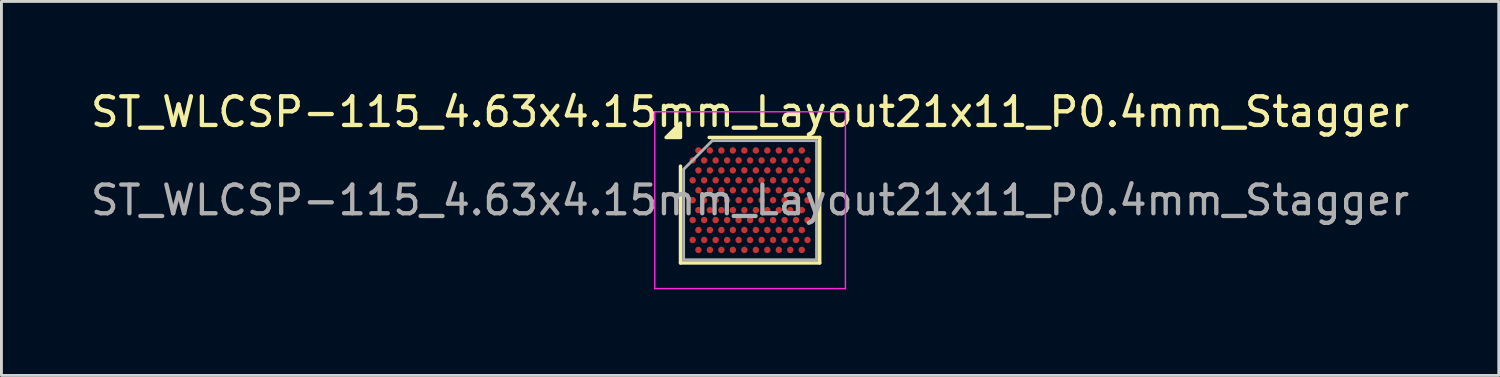
<source format=kicad_pcb>
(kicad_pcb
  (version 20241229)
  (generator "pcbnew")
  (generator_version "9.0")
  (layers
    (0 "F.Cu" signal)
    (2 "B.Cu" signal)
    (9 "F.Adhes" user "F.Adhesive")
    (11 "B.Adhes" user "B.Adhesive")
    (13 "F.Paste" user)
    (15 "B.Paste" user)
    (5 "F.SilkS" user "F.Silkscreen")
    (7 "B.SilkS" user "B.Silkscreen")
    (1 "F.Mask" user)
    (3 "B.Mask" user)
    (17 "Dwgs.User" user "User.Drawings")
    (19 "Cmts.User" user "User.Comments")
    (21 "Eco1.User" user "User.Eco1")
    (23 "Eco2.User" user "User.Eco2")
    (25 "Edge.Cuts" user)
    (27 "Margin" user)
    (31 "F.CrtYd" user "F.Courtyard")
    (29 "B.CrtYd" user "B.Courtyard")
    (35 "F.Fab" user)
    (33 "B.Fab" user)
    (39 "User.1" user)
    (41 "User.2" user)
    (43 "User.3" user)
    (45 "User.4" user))
  (footprint "ST_WLCSP-115_4.63x4.15mm_Layout21x11_P0.4mm_Stagger"
    (layer "F.Cu")
    (at 23.077 3.923)
    (property "Reference" "ST_WLCSP-115_4.63x4.15mm_Layout21x11_P0.4mm_Stagger" (at 0 -3.075 0) (layer "F.SilkS") (effects (font (size 1 1) (thickness 0.15))))
    (attr smd)
    (fp_line (start -2.425 2.185) (end -2.425 -1.185) (stroke (width 0.12) (type solid)) (layer "F.SilkS"))
    (fp_line (start -1.425 -2.185) (end 2.425 -2.185) (stroke (width 0.12) (type solid)) (layer "F.SilkS"))
    (fp_line (start 2.425 -2.185) (end 2.425 2.185) (stroke (width 0.12) (type solid)) (layer "F.SilkS"))
    (fp_line (start 2.425 2.185) (end -2.425 2.185) (stroke (width 0.12) (type solid)) (layer "F.SilkS"))
    (fp_poly (pts (xy -2.425 -2.185) (xy -2.925 -2.185) (xy -2.425 -2.685) (xy -2.425 -2.185)) (stroke (width 0.12) (type solid)) (fill yes) (layer "F.SilkS"))
    (fp_line (start -3.32 -3.08) (end -3.32 3.08) (stroke (width 0.05) (type solid)) (layer "F.CrtYd"))
    (fp_line (start -3.32 3.08) (end 3.32 3.08) (stroke (width 0.05) (type solid)) (layer "F.CrtYd"))
    (fp_line (start 3.32 -3.08) (end -3.32 -3.08) (stroke (width 0.05) (type solid)) (layer "F.CrtYd"))
    (fp_line (start 3.32 3.08) (end 3.32 -3.08) (stroke (width 0.05) (type solid)) (layer "F.CrtYd"))
    (fp_line (start -2.315 -1.075) (end -1.315 -2.075) (stroke (width 0.1) (type solid)) (layer "F.Fab"))
    (fp_line (start -2.315 2.075) (end -2.315 -1.075) (stroke (width 0.1) (type solid)) (layer "F.Fab"))
    (fp_line (start -1.315 -2.075) (end 2.315 -2.075) (stroke (width 0.1) (type solid)) (layer "F.Fab"))
    (fp_line (start 2.315 -2.075) (end 2.315 2.075) (stroke (width 0.1) (type solid)) (layer "F.Fab"))
    (fp_line (start 2.315 2.075) (end -2.315 2.075) (stroke (width 0.1) (type solid)) (layer "F.Fab"))
    (fp_text user "${REFERENCE}" (at 0 0 0) (layer "F.Fab") (effects (font (size 1 1) (thickness 0.15))))
    (pad "A2" smd circle (at -1.8 -1.732) (size 0.225 0.225) (property pad_prop_bga) (layers "F.Cu" "F.Mask" "F.Paste"))
    (pad "A4" smd circle (at -1.4 -1.732) (size 0.225 0.225) (property pad_prop_bga) (layers "F.Cu" "F.Mask" "F.Paste"))
    (pad "A6" smd circle (at -1 -1.732) (size 0.225 0.225) (property pad_prop_bga) (layers "F.Cu" "F.Mask" "F.Paste"))
    (pad "A8" smd circle (at -0.6 -1.732) (size 0.225 0.225) (property pad_prop_bga) (layers "F.Cu" "F.Mask" "F.Paste"))
    (pad "A10" smd circle (at -0.2 -1.732) (size 0.225 0.225) (property pad_prop_bga) (layers "F.Cu" "F.Mask" "F.Paste"))
    (pad "A12" smd circle (at 0.2 -1.732) (size 0.225 0.225) (property pad_prop_bga) (layers "F.Cu" "F.Mask" "F.Paste"))
    (pad "A14" smd circle (at 0.6 -1.732) (size 0.225 0.225) (property pad_prop_bga) (layers "F.Cu" "F.Mask" "F.Paste"))
    (pad "A16" smd circle (at 1 -1.732) (size 0.225 0.225) (property pad_prop_bga) (layers "F.Cu" "F.Mask" "F.Paste"))
    (pad "A18" smd circle (at 1.4 -1.732) (size 0.225 0.225) (property pad_prop_bga) (layers "F.Cu" "F.Mask" "F.Paste"))
    (pad "A20" smd circle (at 1.8 -1.732) (size 0.225 0.225) (property pad_prop_bga) (layers "F.Cu" "F.Mask" "F.Paste"))
    (pad "B1" smd circle (at -2 -1.386) (size 0.225 0.225) (property pad_prop_bga) (layers "F.Cu" "F.Mask" "F.Paste"))
    (pad "B3" smd circle (at -1.6 -1.386) (size 0.225 0.225) (property pad_prop_bga) (layers "F.Cu" "F.Mask" "F.Paste"))
    (pad "B5" smd circle (at -1.2 -1.386) (size 0.225 0.225) (property pad_prop_bga) (layers "F.Cu" "F.Mask" "F.Paste"))
    (pad "B7" smd circle (at -0.8 -1.386) (size 0.225 0.225) (property pad_prop_bga) (layers "F.Cu" "F.Mask" "F.Paste"))
    (pad "B9" smd circle (at -0.4 -1.386) (size 0.225 0.225) (property pad_prop_bga) (layers "F.Cu" "F.Mask" "F.Paste"))
    (pad "B11" smd circle (at 0 -1.386) (size 0.225 0.225) (property pad_prop_bga) (layers "F.Cu" "F.Mask" "F.Paste"))
    (pad "B13" smd circle (at 0.4 -1.386) (size 0.225 0.225) (property pad_prop_bga) (layers "F.Cu" "F.Mask" "F.Paste"))
    (pad "B15" smd circle (at 0.8 -1.386) (size 0.225 0.225) (property pad_prop_bga) (layers "F.Cu" "F.Mask" "F.Paste"))
    (pad "B17" smd circle (at 1.2 -1.386) (size 0.225 0.225) (property pad_prop_bga) (layers "F.Cu" "F.Mask" "F.Paste"))
    (pad "B19" smd circle (at 1.6 -1.386) (size 0.225 0.225) (property pad_prop_bga) (layers "F.Cu" "F.Mask" "F.Paste"))
    (pad "B21" smd circle (at 2 -1.386) (size 0.225 0.225) (property pad_prop_bga) (layers "F.Cu" "F.Mask" "F.Paste"))
    (pad "C2" smd circle (at -1.8 -1.039) (size 0.225 0.225) (property pad_prop_bga) (layers "F.Cu" "F.Mask" "F.Paste"))
    (pad "C4" smd circle (at -1.4 -1.039) (size 0.225 0.225) (property pad_prop_bga) (layers "F.Cu" "F.Mask" "F.Paste"))
    (pad "C6" smd circle (at -1 -1.039) (size 0.225 0.225) (property pad_prop_bga) (layers "F.Cu" "F.Mask" "F.Paste"))
    (pad "C8" smd circle (at -0.6 -1.039) (size 0.225 0.225) (property pad_prop_bga) (layers "F.Cu" "F.Mask" "F.Paste"))
    (pad "C10" smd circle (at -0.2 -1.039) (size 0.225 0.225) (property pad_prop_bga) (layers "F.Cu" "F.Mask" "F.Paste"))
    (pad "C12" smd circle (at 0.2 -1.039) (size 0.225 0.225) (property pad_prop_bga) (layers "F.Cu" "F.Mask" "F.Paste"))
    (pad "C14" smd circle (at 0.6 -1.039) (size 0.225 0.225) (property pad_prop_bga) (layers "F.Cu" "F.Mask" "F.Paste"))
    (pad "C16" smd circle (at 1 -1.039) (size 0.225 0.225) (property pad_prop_bga) (layers "F.Cu" "F.Mask" "F.Paste"))
    (pad "C18" smd circle (at 1.4 -1.039) (size 0.225 0.225) (property pad_prop_bga) (layers "F.Cu" "F.Mask" "F.Paste"))
    (pad "C20" smd circle (at 1.8 -1.039) (size 0.225 0.225) (property pad_prop_bga) (layers "F.Cu" "F.Mask" "F.Paste"))
    (pad "D1" smd circle (at -2 -0.693) (size 0.225 0.225) (property pad_prop_bga) (layers "F.Cu" "F.Mask" "F.Paste"))
    (pad "D3" smd circle (at -1.6 -0.693) (size 0.225 0.225) (property pad_prop_bga) (layers "F.Cu" "F.Mask" "F.Paste"))
    (pad "D5" smd circle (at -1.2 -0.693) (size 0.225 0.225) (property pad_prop_bga) (layers "F.Cu" "F.Mask" "F.Paste"))
    (pad "D7" smd circle (at -0.8 -0.693) (size 0.225 0.225) (property pad_prop_bga) (layers "F.Cu" "F.Mask" "F.Paste"))
    (pad "D9" smd circle (at -0.4 -0.693) (size 0.225 0.225) (property pad_prop_bga) (layers "F.Cu" "F.Mask" "F.Paste"))
    (pad "D11" smd circle (at 0 -0.693) (size 0.225 0.225) (property pad_prop_bga) (layers "F.Cu" "F.Mask" "F.Paste"))
    (pad "D13" smd circle (at 0.4 -0.693) (size 0.225 0.225) (property pad_prop_bga) (layers "F.Cu" "F.Mask" "F.Paste"))
    (pad "D15" smd circle (at 0.8 -0.693) (size 0.225 0.225) (property pad_prop_bga) (layers "F.Cu" "F.Mask" "F.Paste"))
    (pad "D17" smd circle (at 1.2 -0.693) (size 0.225 0.225) (property pad_prop_bga) (layers "F.Cu" "F.Mask" "F.Paste"))
    (pad "D19" smd circle (at 1.6 -0.693) (size 0.225 0.225) (property pad_prop_bga) (layers "F.Cu" "F.Mask" "F.Paste"))
    (pad "D21" smd circle (at 2 -0.693) (size 0.225 0.225) (property pad_prop_bga) (layers "F.Cu" "F.Mask" "F.Paste"))
    (pad "E2" smd circle (at -1.8 -0.346) (size 0.225 0.225) (property pad_prop_bga) (layers "F.Cu" "F.Mask" "F.Paste"))
    (pad "E4" smd circle (at -1.4 -0.346) (size 0.225 0.225) (property pad_prop_bga) (layers "F.Cu" "F.Mask" "F.Paste"))
    (pad "E6" smd circle (at -1 -0.346) (size 0.225 0.225) (property pad_prop_bga) (layers "F.Cu" "F.Mask" "F.Paste"))
    (pad "E8" smd circle (at -0.6 -0.346) (size 0.225 0.225) (property pad_prop_bga) (layers "F.Cu" "F.Mask" "F.Paste"))
    (pad "E10" smd circle (at -0.2 -0.346) (size 0.225 0.225) (property pad_prop_bga) (layers "F.Cu" "F.Mask" "F.Paste"))
    (pad "E12" smd circle (at 0.2 -0.346) (size 0.225 0.225) (property pad_prop_bga) (layers "F.Cu" "F.Mask" "F.Paste"))
    (pad "E14" smd circle (at 0.6 -0.346) (size 0.225 0.225) (property pad_prop_bga) (layers "F.Cu" "F.Mask" "F.Paste"))
    (pad "E16" smd circle (at 1 -0.346) (size 0.225 0.225) (property pad_prop_bga) (layers "F.Cu" "F.Mask" "F.Paste"))
    (pad "E18" smd circle (at 1.4 -0.346) (size 0.225 0.225) (property pad_prop_bga) (layers "F.Cu" "F.Mask" "F.Paste"))
    (pad "E20" smd circle (at 1.8 -0.346) (size 0.225 0.225) (property pad_prop_bga) (layers "F.Cu" "F.Mask" "F.Paste"))
    (pad "F1" smd circle (at -2 0) (size 0.225 0.225) (property pad_prop_bga) (layers "F.Cu" "F.Mask" "F.Paste"))
    (pad "F3" smd circle (at -1.6 0) (size 0.225 0.225) (property pad_prop_bga) (layers "F.Cu" "F.Mask" "F.Paste"))
    (pad "F5" smd circle (at -1.2 0) (size 0.225 0.225) (property pad_prop_bga) (layers "F.Cu" "F.Mask" "F.Paste"))
    (pad "F7" smd circle (at -0.8 0) (size 0.225 0.225) (property pad_prop_bga) (layers "F.Cu" "F.Mask" "F.Paste"))
    (pad "F9" smd circle (at -0.4 0) (size 0.225 0.225) (property pad_prop_bga) (layers "F.Cu" "F.Mask" "F.Paste"))
    (pad "F11" smd circle (at 0 0) (size 0.225 0.225) (property pad_prop_bga) (layers "F.Cu" "F.Mask" "F.Paste"))
    (pad "F13" smd circle (at 0.4 0) (size 0.225 0.225) (property pad_prop_bga) (layers "F.Cu" "F.Mask" "F.Paste"))
    (pad "F15" smd circle (at 0.8 0) (size 0.225 0.225) (property pad_prop_bga) (layers "F.Cu" "F.Mask" "F.Paste"))
    (pad "F17" smd circle (at 1.2 0) (size 0.225 0.225) (property pad_prop_bga) (layers "F.Cu" "F.Mask" "F.Paste"))
    (pad "F19" smd circle (at 1.6 0) (size 0.225 0.225) (property pad_prop_bga) (layers "F.Cu" "F.Mask" "F.Paste"))
    (pad "F21" smd circle (at 2 0) (size 0.225 0.225) (property pad_prop_bga) (layers "F.Cu" "F.Mask" "F.Paste"))
    (pad "G2" smd circle (at -1.8 0.346) (size 0.225 0.225) (property pad_prop_bga) (layers "F.Cu" "F.Mask" "F.Paste"))
    (pad "G4" smd circle (at -1.4 0.346) (size 0.225 0.225) (property pad_prop_bga) (layers "F.Cu" "F.Mask" "F.Paste"))
    (pad "G6" smd circle (at -1 0.346) (size 0.225 0.225) (property pad_prop_bga) (layers "F.Cu" "F.Mask" "F.Paste"))
    (pad "G8" smd circle (at -0.6 0.346) (size 0.225 0.225) (property pad_prop_bga) (layers "F.Cu" "F.Mask" "F.Paste"))
    (pad "G10" smd circle (at -0.2 0.346) (size 0.225 0.225) (property pad_prop_bga) (layers "F.Cu" "F.Mask" "F.Paste"))
    (pad "G12" smd circle (at 0.2 0.346) (size 0.225 0.225) (property pad_prop_bga) (layers "F.Cu" "F.Mask" "F.Paste"))
    (pad "G14" smd circle (at 0.6 0.346) (size 0.225 0.225) (property pad_prop_bga) (layers "F.Cu" "F.Mask" "F.Paste"))
    (pad "G16" smd circle (at 1 0.346) (size 0.225 0.225) (property pad_prop_bga) (layers "F.Cu" "F.Mask" "F.Paste"))
    (pad "G18" smd circle (at 1.4 0.346) (size 0.225 0.225) (property pad_prop_bga) (layers "F.Cu" "F.Mask" "F.Paste"))
    (pad "G20" smd circle (at 1.8 0.346) (size 0.225 0.225) (property pad_prop_bga) (layers "F.Cu" "F.Mask" "F.Paste"))
    (pad "H1" smd circle (at -2 0.693) (size 0.225 0.225) (property pad_prop_bga) (layers "F.Cu" "F.Mask" "F.Paste"))
    (pad "H3" smd circle (at -1.6 0.693) (size 0.225 0.225) (property pad_prop_bga) (layers "F.Cu" "F.Mask" "F.Paste"))
    (pad "H5" smd circle (at -1.2 0.693) (size 0.225 0.225) (property pad_prop_bga) (layers "F.Cu" "F.Mask" "F.Paste"))
    (pad "H7" smd circle (at -0.8 0.693) (size 0.225 0.225) (property pad_prop_bga) (layers "F.Cu" "F.Mask" "F.Paste"))
    (pad "H9" smd circle (at -0.4 0.693) (size 0.225 0.225) (property pad_prop_bga) (layers "F.Cu" "F.Mask" "F.Paste"))
    (pad "H11" smd circle (at 0 0.693) (size 0.225 0.225) (property pad_prop_bga) (layers "F.Cu" "F.Mask" "F.Paste"))
    (pad "H13" smd circle (at 0.4 0.693) (size 0.225 0.225) (property pad_prop_bga) (layers "F.Cu" "F.Mask" "F.Paste"))
    (pad "H15" smd circle (at 0.8 0.693) (size 0.225 0.225) (property pad_prop_bga) (layers "F.Cu" "F.Mask" "F.Paste"))
    (pad "H17" smd circle (at 1.2 0.693) (size 0.225 0.225) (property pad_prop_bga) (layers "F.Cu" "F.Mask" "F.Paste"))
    (pad "H19" smd circle (at 1.6 0.693) (size 0.225 0.225) (property pad_prop_bga) (layers "F.Cu" "F.Mask" "F.Paste"))
    (pad "H21" smd circle (at 2 0.693) (size 0.225 0.225) (property pad_prop_bga) (layers "F.Cu" "F.Mask" "F.Paste"))
    (pad "J2" smd circle (at -1.8 1.039) (size 0.225 0.225) (property pad_prop_bga) (layers "F.Cu" "F.Mask" "F.Paste"))
    (pad "J4" smd circle (at -1.4 1.039) (size 0.225 0.225) (property pad_prop_bga) (layers "F.Cu" "F.Mask" "F.Paste"))
    (pad "J6" smd circle (at -1 1.039) (size 0.225 0.225) (property pad_prop_bga) (layers "F.Cu" "F.Mask" "F.Paste"))
    (pad "J8" smd circle (at -0.6 1.039) (size 0.225 0.225) (property pad_prop_bga) (layers "F.Cu" "F.Mask" "F.Paste"))
    (pad "J10" smd circle (at -0.2 1.039) (size 0.225 0.225) (property pad_prop_bga) (layers "F.Cu" "F.Mask" "F.Paste"))
    (pad "J12" smd circle (at 0.2 1.039) (size 0.225 0.225) (property pad_prop_bga) (layers "F.Cu" "F.Mask" "F.Paste"))
    (pad "J14" smd circle (at 0.6 1.039) (size 0.225 0.225) (property pad_prop_bga) (layers "F.Cu" "F.Mask" "F.Paste"))
    (pad "J16" smd circle (at 1 1.039) (size 0.225 0.225) (property pad_prop_bga) (layers "F.Cu" "F.Mask" "F.Paste"))
    (pad "J18" smd circle (at 1.4 1.039) (size 0.225 0.225) (property pad_prop_bga) (layers "F.Cu" "F.Mask" "F.Paste"))
    (pad "J20" smd circle (at 1.8 1.039) (size 0.225 0.225) (property pad_prop_bga) (layers "F.Cu" "F.Mask" "F.Paste"))
    (pad "K1" smd circle (at -2 1.386) (size 0.225 0.225) (property pad_prop_bga) (layers "F.Cu" "F.Mask" "F.Paste"))
    (pad "K3" smd circle (at -1.6 1.386) (size 0.225 0.225) (property pad_prop_bga) (layers "F.Cu" "F.Mask" "F.Paste"))
    (pad "K5" smd circle (at -1.2 1.386) (size 0.225 0.225) (property pad_prop_bga) (layers "F.Cu" "F.Mask" "F.Paste"))
    (pad "K7" smd circle (at -0.8 1.386) (size 0.225 0.225) (property pad_prop_bga) (layers "F.Cu" "F.Mask" "F.Paste"))
    (pad "K9" smd circle (at -0.4 1.386) (size 0.225 0.225) (property pad_prop_bga) (layers "F.Cu" "F.Mask" "F.Paste"))
    (pad "K11" smd circle (at 0 1.386) (size 0.225 0.225) (property pad_prop_bga) (layers "F.Cu" "F.Mask" "F.Paste"))
    (pad "K13" smd circle (at 0.4 1.386) (size 0.225 0.225) (property pad_prop_bga) (layers "F.Cu" "F.Mask" "F.Paste"))
    (pad "K15" smd circle (at 0.8 1.386) (size 0.225 0.225) (property pad_prop_bga) (layers "F.Cu" "F.Mask" "F.Paste"))
    (pad "K17" smd circle (at 1.2 1.386) (size 0.225 0.225) (property pad_prop_bga) (layers "F.Cu" "F.Mask" "F.Paste"))
    (pad "K19" smd circle (at 1.6 1.386) (size 0.225 0.225) (property pad_prop_bga) (layers "F.Cu" "F.Mask" "F.Paste"))
    (pad "K21" smd circle (at 2 1.386) (size 0.225 0.225) (property pad_prop_bga) (layers "F.Cu" "F.Mask" "F.Paste"))
    (pad "L2" smd circle (at -1.8 1.732) (size 0.225 0.225) (property pad_prop_bga) (layers "F.Cu" "F.Mask" "F.Paste"))
    (pad "L4" smd circle (at -1.4 1.732) (size 0.225 0.225) (property pad_prop_bga) (layers "F.Cu" "F.Mask" "F.Paste"))
    (pad "L6" smd circle (at -1 1.732) (size 0.225 0.225) (property pad_prop_bga) (layers "F.Cu" "F.Mask" "F.Paste"))
    (pad "L8" smd circle (at -0.6 1.732) (size 0.225 0.225) (property pad_prop_bga) (layers "F.Cu" "F.Mask" "F.Paste"))
    (pad "L10" smd circle (at -0.2 1.732) (size 0.225 0.225) (property pad_prop_bga) (layers "F.Cu" "F.Mask" "F.Paste"))
    (pad "L12" smd circle (at 0.2 1.732) (size 0.225 0.225) (property pad_prop_bga) (layers "F.Cu" "F.Mask" "F.Paste"))
    (pad "L14" smd circle (at 0.6 1.732) (size 0.225 0.225) (property pad_prop_bga) (layers "F.Cu" "F.Mask" "F.Paste"))
    (pad "L16" smd circle (at 1 1.732) (size 0.225 0.225) (property pad_prop_bga) (layers "F.Cu" "F.Mask" "F.Paste"))
    (pad "L18" smd circle (at 1.4 1.732) (size 0.225 0.225) (property pad_prop_bga) (layers "F.Cu" "F.Mask" "F.Paste"))
    (pad "L20" smd circle (at 1.8 1.732) (size 0.225 0.225) (property pad_prop_bga) (layers "F.Cu" "F.Mask" "F.Paste")))
  (gr_rect
    (start -3 -3)
    (end 49.155 10.028)
    (stroke (width 0.1) (type default))
    (fill no)
    (layer "Edge.Cuts")))
</source>
